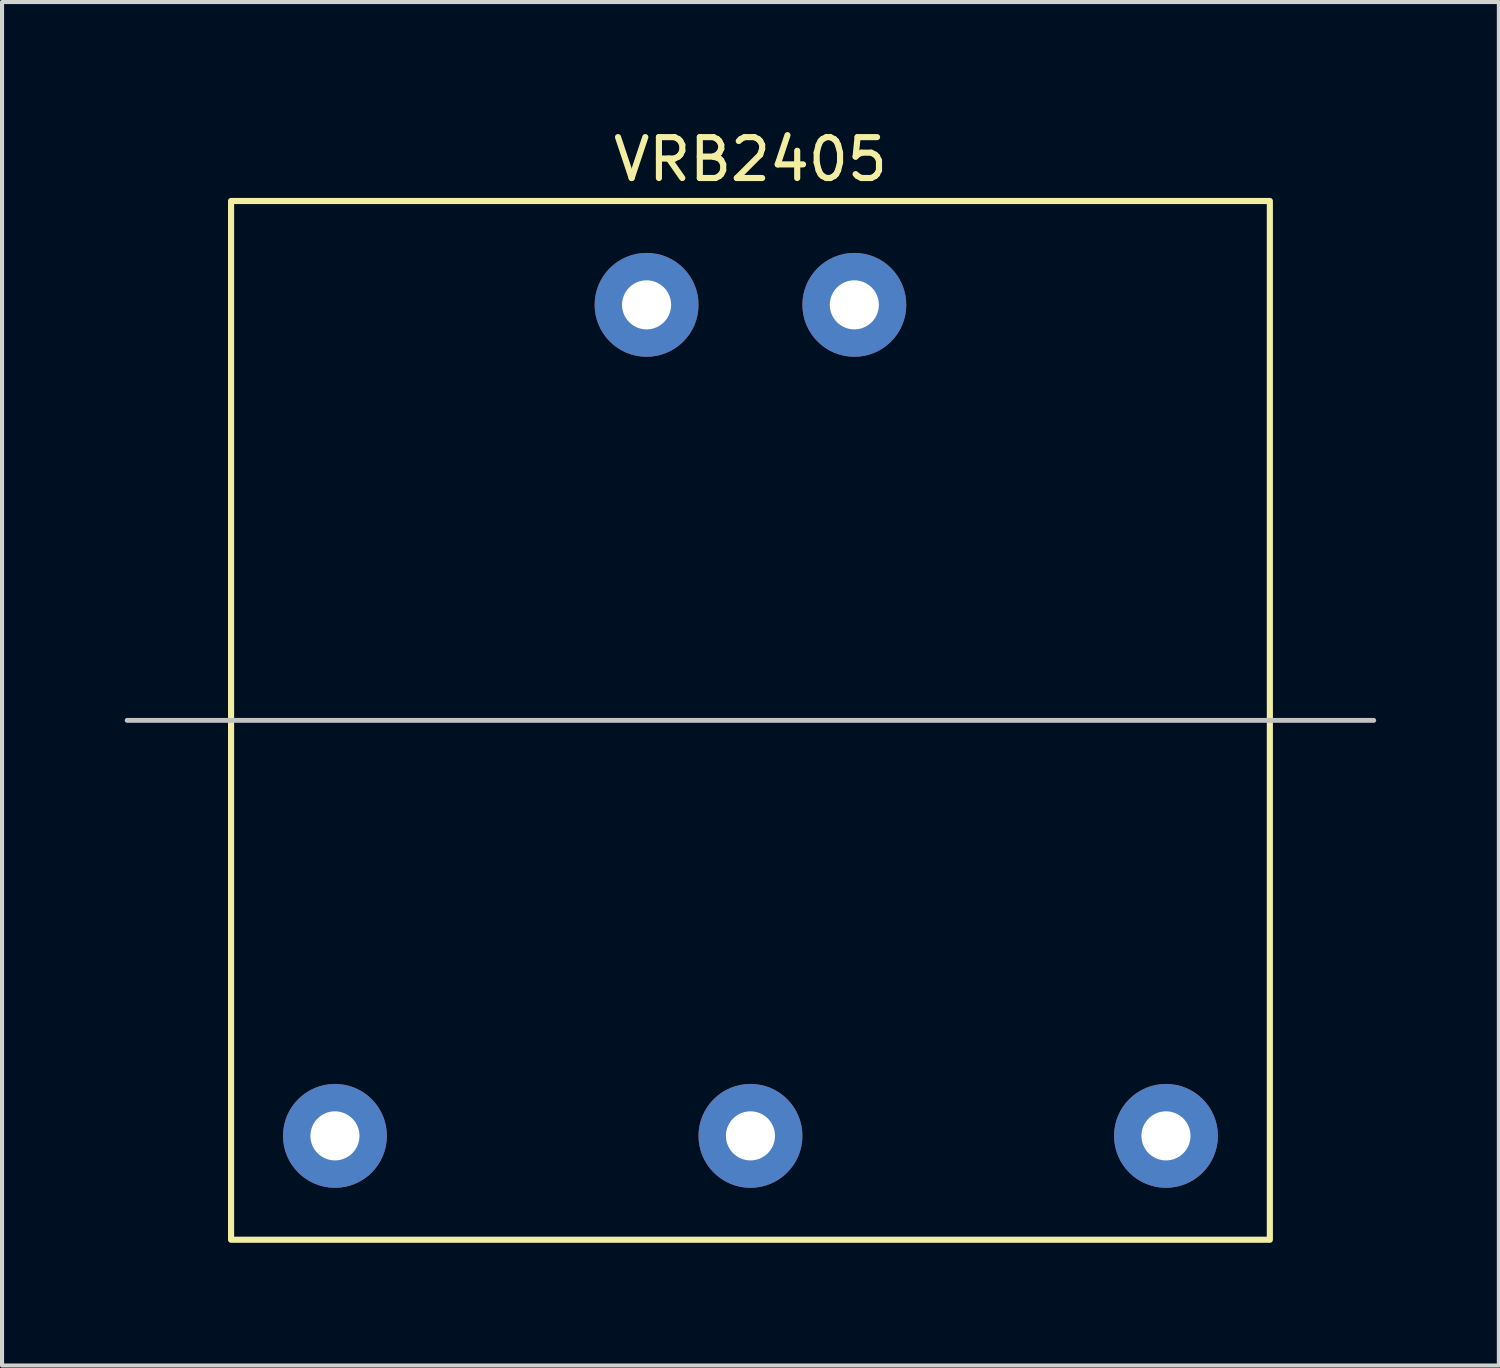
<source format=kicad_pcb>
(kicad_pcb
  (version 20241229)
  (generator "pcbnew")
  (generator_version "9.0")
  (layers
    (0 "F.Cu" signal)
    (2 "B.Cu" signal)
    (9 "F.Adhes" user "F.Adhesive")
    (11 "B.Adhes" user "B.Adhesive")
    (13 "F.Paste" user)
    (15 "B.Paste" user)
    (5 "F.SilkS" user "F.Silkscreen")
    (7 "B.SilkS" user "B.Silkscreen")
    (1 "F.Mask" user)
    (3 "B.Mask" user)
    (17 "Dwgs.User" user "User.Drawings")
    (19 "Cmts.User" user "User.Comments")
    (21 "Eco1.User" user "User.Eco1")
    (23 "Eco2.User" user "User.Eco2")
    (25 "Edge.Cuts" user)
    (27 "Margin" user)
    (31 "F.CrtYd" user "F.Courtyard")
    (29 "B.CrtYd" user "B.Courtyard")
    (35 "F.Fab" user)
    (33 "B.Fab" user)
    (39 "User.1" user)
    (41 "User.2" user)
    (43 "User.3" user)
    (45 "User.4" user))
  (footprint "VRB2405"
    (layer "F.Cu")
    (at 15.3 14.564)
    (property "Reference" "VRB2405" (at 0 -13.716 0) (unlocked yes) (layer "F.SilkS") (effects (font (size 1 1) (thickness 0.15))))
    (attr through_hole)
    (fp_rect (start -12.7 -12.7) (end 12.7 12.7) (stroke (width 0.15) (type solid)) (fill no) (layer "F.SilkS"))
    (fp_line (start -15.24 0) (end 15.24 0) (stroke (width 0.12) (type solid)) (layer "Dwgs.User"))
    (pad "1" thru_hole circle (at 2.54 -10.16) (size 2.54 2.54) (drill 1.2) (layers "*.Cu" "*.Mask"))
    (pad "2" thru_hole circle (at -2.54 -10.16) (size 2.54 2.54) (drill 1.2) (layers "*.Cu" "*.Mask"))
    (pad "3" thru_hole circle (at -10.16 10.16) (size 2.54 2.54) (drill 1.2) (layers "*.Cu" "*.Mask"))
    (pad "4" thru_hole circle (at 0 10.16) (size 2.54 2.54) (drill 1.2) (layers "*.Cu" "*.Mask"))
    (pad "5" thru_hole circle (at 10.16 10.16) (size 2.54 2.54) (drill 1.2) (layers "*.Cu" "*.Mask")))
  (gr_rect
    (start -3 -3)
    (end 33.6 30.339)
    (stroke (width 0.1) (type default))
    (fill no)
    (layer "Edge.Cuts")))
</source>
